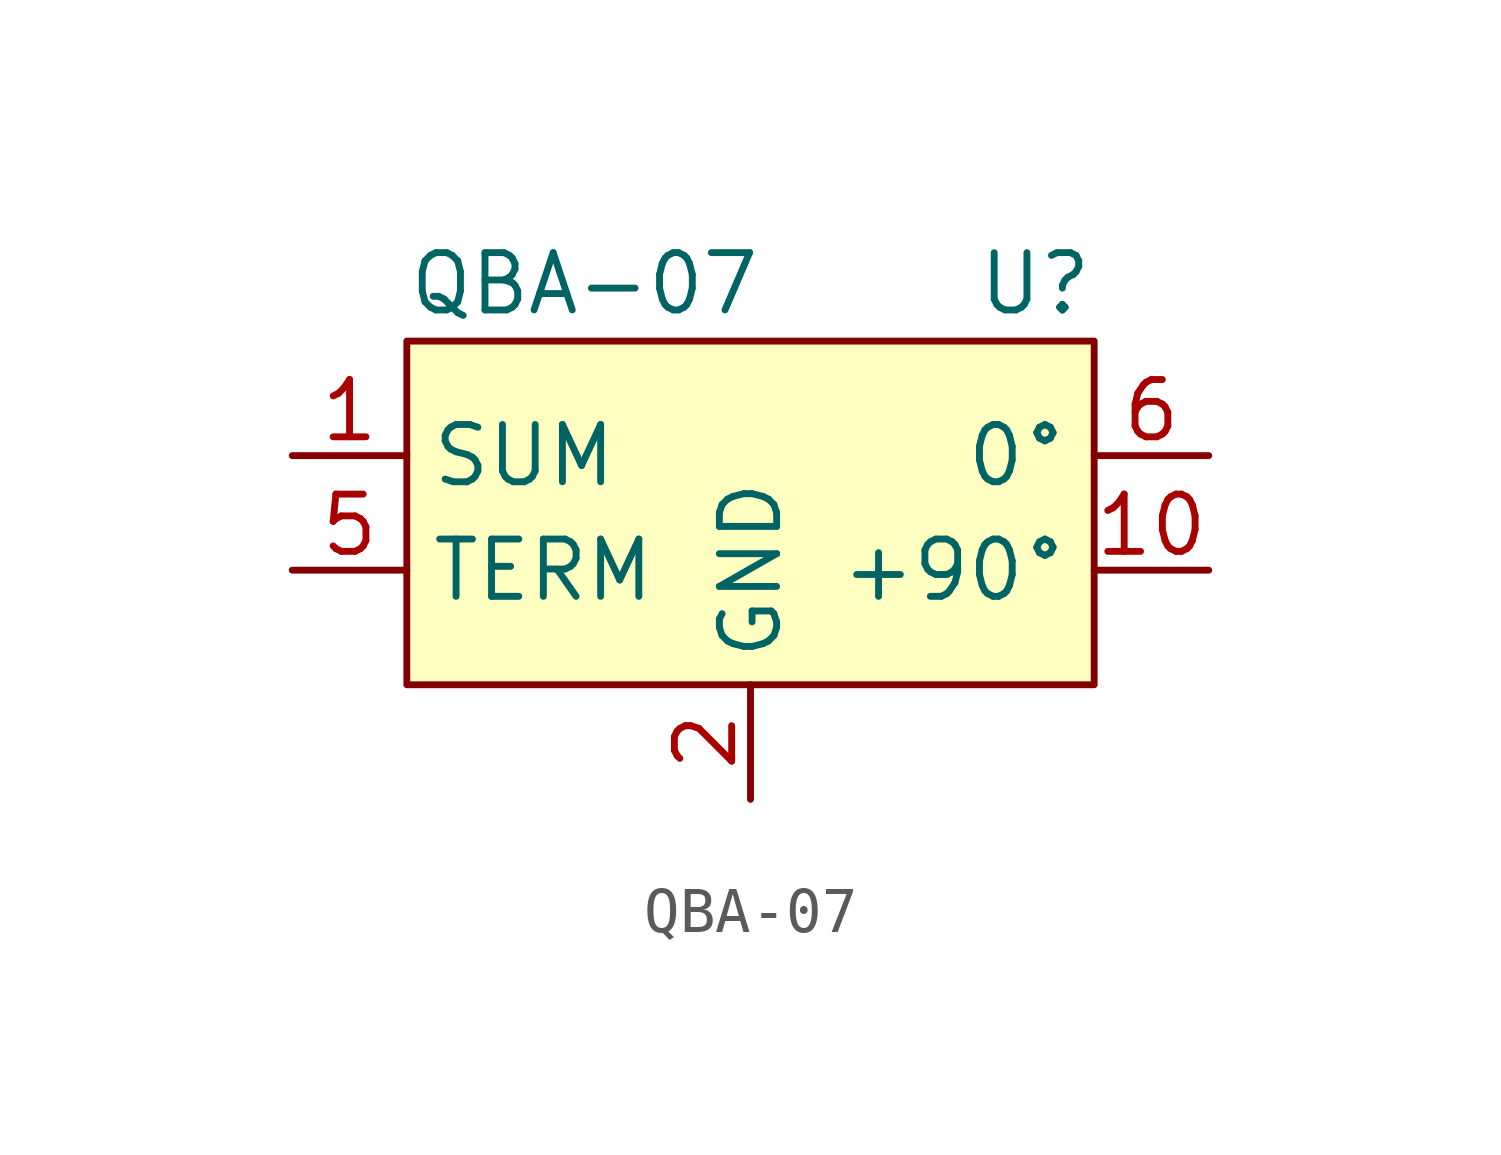
<source format=kicad_sym>
(kicad_symbol_lib
  (version 20211014)
  (generator kicad_symbol_editor)
  (symbol "QBA-07"
    (property "Reference" "U"
      (at 7.62 5.08 0)
      (effects (font (size 1.27 1.27)) (justify right)))
    (property "Value" "QBA-07"
      (at -7.62 5.08 0)
      (effects (font (size 1.27 1.27)) (justify left)))
    (symbol "QBA-07_0_1"
      (rectangle (start -7.62 3.81) (end 7.62 -3.81) (stroke (width 0.152) (type default) (color 0 0 0 0)) (fill (type background))))
    (symbol "QBA-07_1_1"
      (pin passive line (at -10.16 1.27 0) (length 2.54) (name "SUM" (effects (font (size 1.27 1.27)))) (number "1" (effects (font (size 1.27 1.27)))))
      (pin passive line (at 10.16 -1.27 180) (length 2.54) (name "+90°" (effects (font (size 1.27 1.27)))) (number "10" (effects (font (size 1.27 1.27)))))
      (pin power_in line (at 0 -6.35 90) (length 2.54) hide (name "GND" (effects (font (size 1.27 1.27)))) (number "11" (effects (font (size 1.27 1.27)))))
      (pin power_in line (at 0 -6.35 90) (length 2.54) (name "GND" (effects (font (size 1.27 1.27)))) (number "2" (effects (font (size 1.27 1.27)))))
      (pin power_in line (at 0 -6.35 90) (length 2.54) hide (name "GND" (effects (font (size 1.27 1.27)))) (number "3" (effects (font (size 1.27 1.27)))))
      (pin power_in line (at 0 -6.35 90) (length 2.54) hide (name "GND" (effects (font (size 1.27 1.27)))) (number "4" (effects (font (size 1.27 1.27)))))
      (pin passive line (at -10.16 -1.27 0) (length 2.54) (name "TERM" (effects (font (size 1.27 1.27)))) (number "5" (effects (font (size 1.27 1.27)))))
      (pin passive line (at 10.16 1.27 180) (length 2.54) (name "0°" (effects (font (size 1.27 1.27)))) (number "6" (effects (font (size 1.27 1.27)))))
      (pin power_in line (at 0 -6.35 90) (length 2.54) hide (name "GND" (effects (font (size 1.27 1.27)))) (number "7" (effects (font (size 1.27 1.27)))))
      (pin power_in line (at 0 -6.35 90) (length 2.54) hide (name "GND" (effects (font (size 1.27 1.27)))) (number "8" (effects (font (size 1.27 1.27)))))
      (pin power_in line (at 0 -6.35 90) (length 2.54) hide (name "GND" (effects (font (size 1.27 1.27)))) (number "9" (effects (font (size 1.27 1.27))))))))
</source>
